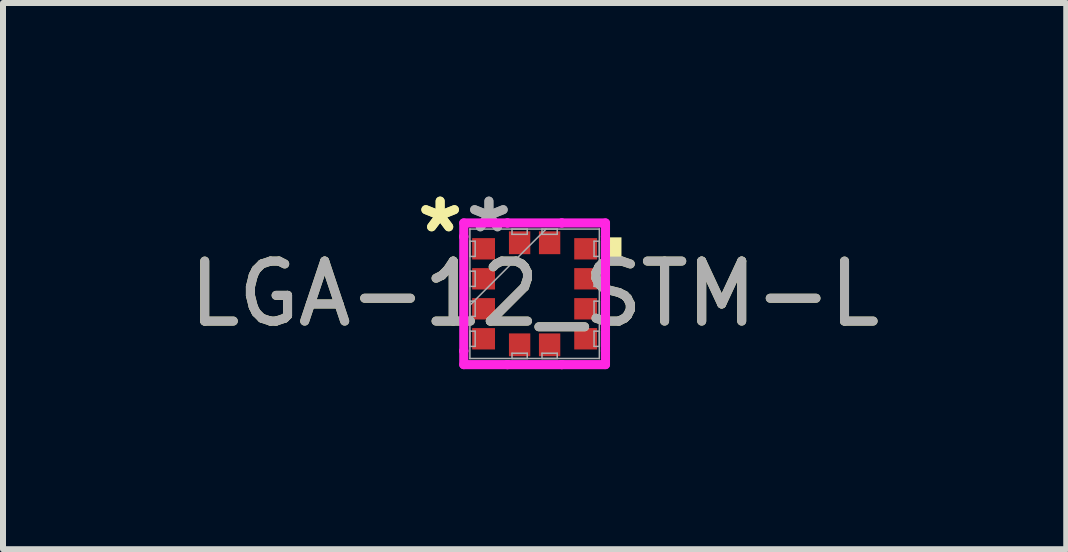
<source format=kicad_pcb>
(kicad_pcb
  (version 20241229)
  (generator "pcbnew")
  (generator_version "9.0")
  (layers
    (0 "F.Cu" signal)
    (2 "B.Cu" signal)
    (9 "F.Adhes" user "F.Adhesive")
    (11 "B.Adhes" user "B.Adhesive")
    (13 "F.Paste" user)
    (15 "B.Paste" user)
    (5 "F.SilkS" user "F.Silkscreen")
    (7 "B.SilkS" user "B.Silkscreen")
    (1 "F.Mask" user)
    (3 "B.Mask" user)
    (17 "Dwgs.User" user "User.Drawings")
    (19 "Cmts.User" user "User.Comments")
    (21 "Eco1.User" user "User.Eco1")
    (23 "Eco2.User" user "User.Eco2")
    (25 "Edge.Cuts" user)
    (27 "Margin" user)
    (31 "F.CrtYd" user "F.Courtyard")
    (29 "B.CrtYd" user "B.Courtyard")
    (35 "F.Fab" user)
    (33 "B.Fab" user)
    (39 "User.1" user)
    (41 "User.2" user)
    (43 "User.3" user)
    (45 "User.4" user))
  (footprint "LGA-12_STM-L"
    (layer "F.Cu")
    (at 5.863 1.848)
    (property "Reference" "LGA-12_STM-L" (at 0 0 0) (unlocked yes) (layer "F.SilkS") (effects (font (size 1 1) (thickness 0.15))))
    (attr smd)
    (fp_poly (pts (xy 1.448 -0.941) (xy 1.448 -0.56) (xy 1.194 -0.56) (xy 1.194 -0.941)) (stroke (width 0) (type solid)) (fill yes) (layer "F.SilkS"))
    (fp_line (start -1.181 -1.181) (end -0.453 -1.181) (stroke (width 0.152) (type solid)) (layer "F.CrtYd"))
    (fp_line (start -1.181 -0.953) (end -1.181 -1.181) (stroke (width 0.152) (type solid)) (layer "F.CrtYd"))
    (fp_line (start -1.181 -0.953) (end -1.181 -0.953) (stroke (width 0.152) (type solid)) (layer "F.CrtYd"))
    (fp_line (start -1.181 0.953) (end -1.181 -0.953) (stroke (width 0.152) (type solid)) (layer "F.CrtYd"))
    (fp_line (start -1.181 0.953) (end -1.181 0.953) (stroke (width 0.152) (type solid)) (layer "F.CrtYd"))
    (fp_line (start -1.181 1.181) (end -1.181 0.953) (stroke (width 0.152) (type solid)) (layer "F.CrtYd"))
    (fp_line (start -0.453 -1.181) (end -0.453 -1.181) (stroke (width 0.152) (type solid)) (layer "F.CrtYd"))
    (fp_line (start -0.453 -1.181) (end 0.453 -1.181) (stroke (width 0.152) (type solid)) (layer "F.CrtYd"))
    (fp_line (start -0.453 1.181) (end -1.181 1.181) (stroke (width 0.152) (type solid)) (layer "F.CrtYd"))
    (fp_line (start -0.453 1.181) (end -0.453 1.181) (stroke (width 0.152) (type solid)) (layer "F.CrtYd"))
    (fp_line (start 0.453 -1.181) (end 0.453 -1.181) (stroke (width 0.152) (type solid)) (layer "F.CrtYd"))
    (fp_line (start 0.453 -1.181) (end 1.181 -1.181) (stroke (width 0.152) (type solid)) (layer "F.CrtYd"))
    (fp_line (start 0.453 1.181) (end -0.453 1.181) (stroke (width 0.152) (type solid)) (layer "F.CrtYd"))
    (fp_line (start 0.453 1.181) (end 0.453 1.181) (stroke (width 0.152) (type solid)) (layer "F.CrtYd"))
    (fp_line (start 1.181 -1.181) (end 1.181 -0.953) (stroke (width 0.152) (type solid)) (layer "F.CrtYd"))
    (fp_line (start 1.181 -0.953) (end 1.181 -0.953) (stroke (width 0.152) (type solid)) (layer "F.CrtYd"))
    (fp_line (start 1.181 -0.953) (end 1.181 0.953) (stroke (width 0.152) (type solid)) (layer "F.CrtYd"))
    (fp_line (start 1.181 0.953) (end 1.181 0.953) (stroke (width 0.152) (type solid)) (layer "F.CrtYd"))
    (fp_line (start 1.181 0.953) (end 1.181 1.181) (stroke (width 0.152) (type solid)) (layer "F.CrtYd"))
    (fp_line (start 1.181 1.181) (end 0.453 1.181) (stroke (width 0.152) (type solid)) (layer "F.CrtYd"))
    (fp_line (start -1.079 -1.079) (end -1.079 -1.079) (stroke (width 0.025) (type solid)) (layer "F.Fab"))
    (fp_line (start -1.079 -1.079) (end -1.079 1.079) (stroke (width 0.025) (type solid)) (layer "F.Fab"))
    (fp_line (start -1.079 -0.877) (end -0.991 -0.877) (stroke (width 0.025) (type solid)) (layer "F.Fab"))
    (fp_line (start -1.079 -0.623) (end -1.079 -0.877) (stroke (width 0.025) (type solid)) (layer "F.Fab"))
    (fp_line (start -1.079 -0.377) (end -0.991 -0.377) (stroke (width 0.025) (type solid)) (layer "F.Fab"))
    (fp_line (start -1.079 -0.123) (end -1.079 -0.377) (stroke (width 0.025) (type solid)) (layer "F.Fab"))
    (fp_line (start -1.079 0.123) (end -0.991 0.123) (stroke (width 0.025) (type solid)) (layer "F.Fab"))
    (fp_line (start -1.079 0.191) (end 0.191 -1.079) (stroke (width 0.025) (type solid)) (layer "F.Fab"))
    (fp_line (start -1.079 0.377) (end -1.079 0.123) (stroke (width 0.025) (type solid)) (layer "F.Fab"))
    (fp_line (start -1.079 0.623) (end -0.991 0.623) (stroke (width 0.025) (type solid)) (layer "F.Fab"))
    (fp_line (start -1.079 0.877) (end -1.079 0.623) (stroke (width 0.025) (type solid)) (layer "F.Fab"))
    (fp_line (start -1.079 1.079) (end -1.079 1.079) (stroke (width 0.025) (type solid)) (layer "F.Fab"))
    (fp_line (start -1.079 1.079) (end 1.079 1.079) (stroke (width 0.025) (type solid)) (layer "F.Fab"))
    (fp_line (start -0.991 -0.877) (end -0.991 -0.623) (stroke (width 0.025) (type solid)) (layer "F.Fab"))
    (fp_line (start -0.991 -0.623) (end -1.079 -0.623) (stroke (width 0.025) (type solid)) (layer "F.Fab"))
    (fp_line (start -0.991 -0.377) (end -0.991 -0.123) (stroke (width 0.025) (type solid)) (layer "F.Fab"))
    (fp_line (start -0.991 -0.123) (end -1.079 -0.123) (stroke (width 0.025) (type solid)) (layer "F.Fab"))
    (fp_line (start -0.991 0.123) (end -0.991 0.377) (stroke (width 0.025) (type solid)) (layer "F.Fab"))
    (fp_line (start -0.991 0.377) (end -1.079 0.377) (stroke (width 0.025) (type solid)) (layer "F.Fab"))
    (fp_line (start -0.991 0.623) (end -0.991 0.877) (stroke (width 0.025) (type solid)) (layer "F.Fab"))
    (fp_line (start -0.991 0.877) (end -1.079 0.877) (stroke (width 0.025) (type solid)) (layer "F.Fab"))
    (fp_line (start -0.377 -1.079) (end -0.123 -1.079) (stroke (width 0.025) (type solid)) (layer "F.Fab"))
    (fp_line (start -0.377 -0.991) (end -0.377 -1.079) (stroke (width 0.025) (type solid)) (layer "F.Fab"))
    (fp_line (start -0.377 0.991) (end -0.123 0.991) (stroke (width 0.025) (type solid)) (layer "F.Fab"))
    (fp_line (start -0.377 1.079) (end -0.377 0.991) (stroke (width 0.025) (type solid)) (layer "F.Fab"))
    (fp_line (start -0.123 -1.079) (end -0.123 -0.991) (stroke (width 0.025) (type solid)) (layer "F.Fab"))
    (fp_line (start -0.123 -0.991) (end -0.377 -0.991) (stroke (width 0.025) (type solid)) (layer "F.Fab"))
    (fp_line (start -0.123 0.991) (end -0.123 1.079) (stroke (width 0.025) (type solid)) (layer "F.Fab"))
    (fp_line (start -0.123 1.079) (end -0.377 1.079) (stroke (width 0.025) (type solid)) (layer "F.Fab"))
    (fp_line (start 0.123 -1.079) (end 0.377 -1.079) (stroke (width 0.025) (type solid)) (layer "F.Fab"))
    (fp_line (start 0.123 -0.991) (end 0.123 -1.079) (stroke (width 0.025) (type solid)) (layer "F.Fab"))
    (fp_line (start 0.123 0.991) (end 0.377 0.991) (stroke (width 0.025) (type solid)) (layer "F.Fab"))
    (fp_line (start 0.123 1.079) (end 0.123 0.991) (stroke (width 0.025) (type solid)) (layer "F.Fab"))
    (fp_line (start 0.377 -1.079) (end 0.377 -0.991) (stroke (width 0.025) (type solid)) (layer "F.Fab"))
    (fp_line (start 0.377 -0.991) (end 0.123 -0.991) (stroke (width 0.025) (type solid)) (layer "F.Fab"))
    (fp_line (start 0.377 0.991) (end 0.377 1.079) (stroke (width 0.025) (type solid)) (layer "F.Fab"))
    (fp_line (start 0.377 1.079) (end 0.123 1.079) (stroke (width 0.025) (type solid)) (layer "F.Fab"))
    (fp_line (start 0.991 -0.877) (end 1.079 -0.877) (stroke (width 0.025) (type solid)) (layer "F.Fab"))
    (fp_line (start 0.991 -0.623) (end 0.991 -0.877) (stroke (width 0.025) (type solid)) (layer "F.Fab"))
    (fp_line (start 0.991 -0.377) (end 1.079 -0.377) (stroke (width 0.025) (type solid)) (layer "F.Fab"))
    (fp_line (start 0.991 -0.123) (end 0.991 -0.377) (stroke (width 0.025) (type solid)) (layer "F.Fab"))
    (fp_line (start 0.991 0.123) (end 1.079 0.123) (stroke (width 0.025) (type solid)) (layer "F.Fab"))
    (fp_line (start 0.991 0.377) (end 0.991 0.123) (stroke (width 0.025) (type solid)) (layer "F.Fab"))
    (fp_line (start 0.991 0.623) (end 1.079 0.623) (stroke (width 0.025) (type solid)) (layer "F.Fab"))
    (fp_line (start 0.991 0.877) (end 0.991 0.623) (stroke (width 0.025) (type solid)) (layer "F.Fab"))
    (fp_line (start 1.079 -1.079) (end -1.079 -1.079) (stroke (width 0.025) (type solid)) (layer "F.Fab"))
    (fp_line (start 1.079 -1.079) (end 1.079 -1.079) (stroke (width 0.025) (type solid)) (layer "F.Fab"))
    (fp_line (start 1.079 -0.877) (end 1.079 -0.623) (stroke (width 0.025) (type solid)) (layer "F.Fab"))
    (fp_line (start 1.079 -0.623) (end 0.991 -0.623) (stroke (width 0.025) (type solid)) (layer "F.Fab"))
    (fp_line (start 1.079 -0.377) (end 1.079 -0.123) (stroke (width 0.025) (type solid)) (layer "F.Fab"))
    (fp_line (start 1.079 -0.123) (end 0.991 -0.123) (stroke (width 0.025) (type solid)) (layer "F.Fab"))
    (fp_line (start 1.079 0.123) (end 1.079 0.377) (stroke (width 0.025) (type solid)) (layer "F.Fab"))
    (fp_line (start 1.079 0.377) (end 0.991 0.377) (stroke (width 0.025) (type solid)) (layer "F.Fab"))
    (fp_line (start 1.079 0.623) (end 1.079 0.877) (stroke (width 0.025) (type solid)) (layer "F.Fab"))
    (fp_line (start 1.079 0.877) (end 0.991 0.877) (stroke (width 0.025) (type solid)) (layer "F.Fab"))
    (fp_line (start 1.079 1.079) (end 1.079 -1.079) (stroke (width 0.025) (type solid)) (layer "F.Fab"))
    (fp_line (start 1.079 1.079) (end 1.079 1.079) (stroke (width 0.025) (type solid)) (layer "F.Fab"))
    (fp_text user "*" (at -1.575 -1 0) (unlocked yes) (layer "F.SilkS") (effects (font (size 1 1) (thickness 0.15))))
    (fp_text user "*" (at -1.575 -1 0) (layer "F.SilkS") (effects (font (size 1 1) (thickness 0.15))))
    (fp_text user "*" (at -0.762 -1 0) (unlocked yes) (layer "F.Fab") (effects (font (size 1 1) (thickness 0.15))))
    (fp_text user "${REFERENCE}" (at 0 0 0) (unlocked yes) (layer "F.Fab") (effects (font (size 1 1) (thickness 0.15))))
    (fp_text user "*" (at -0.762 -1 0) (layer "F.Fab") (effects (font (size 1 1) (thickness 0.15))))
    (pad "1" smd rect (at -0.851 -0.75 90) (size 0.356 0.381) (layers "F.Cu" "F.Mask" "F.Paste"))
    (pad "2" smd rect (at -0.851 -0.25 90) (size 0.356 0.381) (layers "F.Cu" "F.Mask" "F.Paste"))
    (pad "3" smd rect (at -0.851 0.25 90) (size 0.356 0.381) (layers "F.Cu" "F.Mask" "F.Paste"))
    (pad "4" smd rect (at -0.851 0.75 90) (size 0.356 0.381) (layers "F.Cu" "F.Mask" "F.Paste"))
    (pad "5" smd rect (at -0.25 0.851) (size 0.356 0.381) (layers "F.Cu" "F.Mask" "F.Paste"))
    (pad "6" smd rect (at 0.25 0.851) (size 0.356 0.381) (layers "F.Cu" "F.Mask" "F.Paste"))
    (pad "7" smd rect (at 0.851 0.75 90) (size 0.356 0.381) (layers "F.Cu" "F.Mask" "F.Paste"))
    (pad "8" smd rect (at 0.851 0.25 90) (size 0.356 0.381) (layers "F.Cu" "F.Mask" "F.Paste"))
    (pad "9" smd rect (at 0.851 -0.25 90) (size 0.356 0.381) (layers "F.Cu" "F.Mask" "F.Paste"))
    (pad "10" smd rect (at 0.851 -0.75 90) (size 0.356 0.381) (layers "F.Cu" "F.Mask" "F.Paste"))
    (pad "11" smd rect (at 0.25 -0.851) (size 0.356 0.381) (layers "F.Cu" "F.Mask" "F.Paste"))
    (pad "12" smd rect (at -0.25 -0.851) (size 0.356 0.381) (layers "F.Cu" "F.Mask" "F.Paste")))
  (gr_rect
    (start -3 -3)
    (end 14.726 6.106)
    (stroke (width 0.1) (type default))
    (fill no)
    (layer "Edge.Cuts")))
</source>
